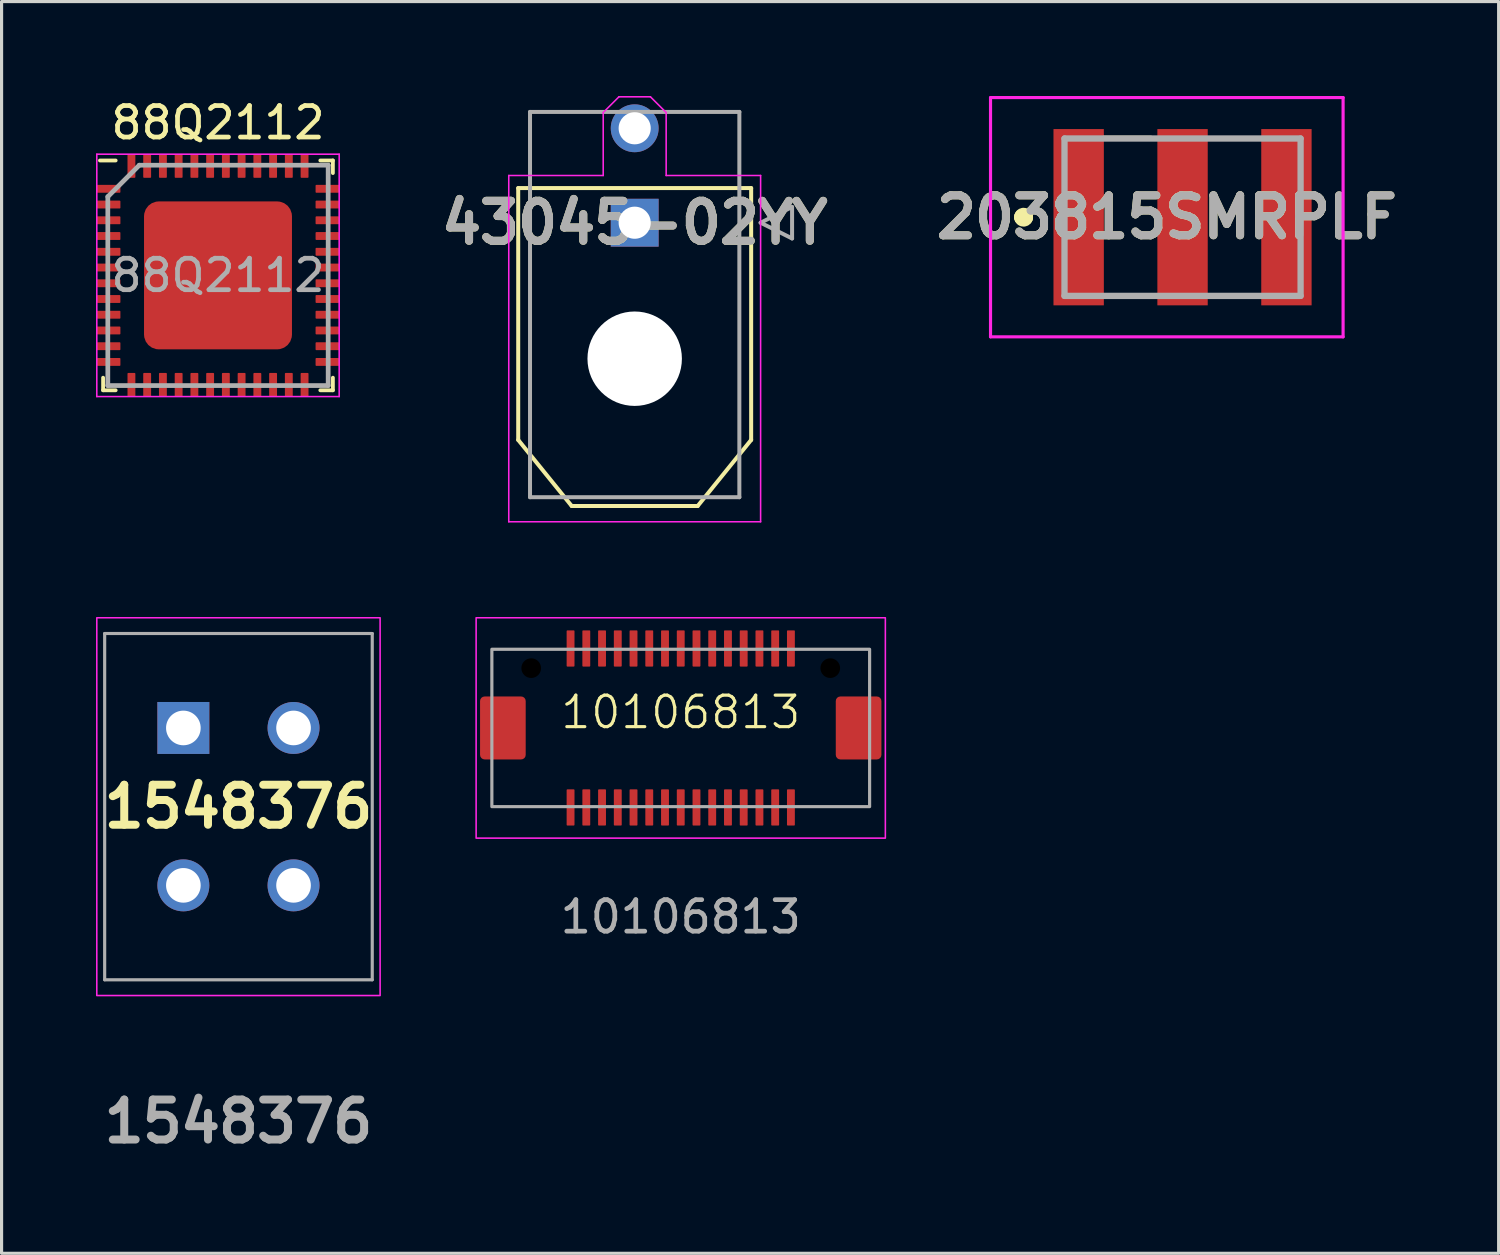
<source format=kicad_pcb>
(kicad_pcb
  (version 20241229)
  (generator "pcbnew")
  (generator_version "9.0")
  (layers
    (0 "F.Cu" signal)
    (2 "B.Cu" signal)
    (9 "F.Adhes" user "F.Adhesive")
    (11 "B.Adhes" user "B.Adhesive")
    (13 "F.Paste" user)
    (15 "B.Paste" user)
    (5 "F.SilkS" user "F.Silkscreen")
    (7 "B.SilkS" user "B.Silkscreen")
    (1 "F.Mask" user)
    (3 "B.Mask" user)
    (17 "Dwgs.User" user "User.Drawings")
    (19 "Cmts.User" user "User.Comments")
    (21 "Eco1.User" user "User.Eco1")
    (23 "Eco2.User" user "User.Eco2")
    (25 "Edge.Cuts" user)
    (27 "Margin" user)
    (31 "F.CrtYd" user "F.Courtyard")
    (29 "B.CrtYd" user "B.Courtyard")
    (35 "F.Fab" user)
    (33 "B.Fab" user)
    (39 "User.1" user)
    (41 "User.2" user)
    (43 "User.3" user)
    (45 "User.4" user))
  (footprint "88Q2112"
    (layer "F.Cu")
    (at 3.875 5.698)
    (property "Reference" "88Q2112" (at 0 -4.85 0) (layer "F.SilkS") (effects (font (size 1 1) (thickness 0.15))))
    (attr smd)
    (fp_line (start -3.65 3.65) (end -3.65 3.25) (stroke (width 0.12) (type default)) (layer "F.SilkS"))
    (fp_line (start -3.25 -3.65) (end -3.75 -3.65) (stroke (width 0.12) (type default)) (layer "F.SilkS"))
    (fp_line (start -3.25 3.65) (end -3.65 3.65) (stroke (width 0.12) (type default)) (layer "F.SilkS"))
    (fp_line (start 3.25 -3.65) (end 3.65 -3.65) (stroke (width 0.12) (type default)) (layer "F.SilkS"))
    (fp_line (start 3.25 3.65) (end 3.65 3.65) (stroke (width 0.12) (type default)) (layer "F.SilkS"))
    (fp_line (start 3.65 -3.65) (end 3.65 -3.25) (stroke (width 0.12) (type default)) (layer "F.SilkS"))
    (fp_line (start 3.65 3.65) (end 3.65 3.25) (stroke (width 0.12) (type default)) (layer "F.SilkS"))
    (fp_line (start -3.85 -3.85) (end 3.85 -3.85) (stroke (width 0.05) (type default)) (layer "F.CrtYd"))
    (fp_line (start -3.85 3.85) (end -3.85 -3.85) (stroke (width 0.05) (type default)) (layer "F.CrtYd"))
    (fp_line (start 3.85 -3.85) (end 3.85 3.85) (stroke (width 0.05) (type default)) (layer "F.CrtYd"))
    (fp_line (start 3.85 3.85) (end -3.85 3.85) (stroke (width 0.05) (type default)) (layer "F.CrtYd"))
    (fp_line (start -3.5 -2.5) (end -3.5 3.5) (stroke (width 0.15) (type default)) (layer "F.Fab"))
    (fp_line (start -3.5 3.5) (end 3.5 3.5) (stroke (width 0.15) (type default)) (layer "F.Fab"))
    (fp_line (start -2.5 -3.5) (end -3.5 -2.5) (stroke (width 0.15) (type default)) (layer "F.Fab"))
    (fp_line (start 3.5 -3.5) (end -2.5 -3.5) (stroke (width 0.15) (type default)) (layer "F.Fab"))
    (fp_line (start 3.5 3.5) (end 3.5 -3.5) (stroke (width 0.15) (type default)) (layer "F.Fab"))
    (fp_text user "${REFERENCE}" (at 0 0 0) (layer "F.Fab") (effects (font (size 1 1) (thickness 0.15))))
    (pad "" smd roundrect (at -1.762 -1.762) (size 0.8 0.8) (layers "F.Paste") (roundrect_rratio 0.1))
    (pad "" smd roundrect (at -1.762 -0.588) (size 0.8 0.8) (layers "F.Paste") (roundrect_rratio 0.1))
    (pad "" smd roundrect (at -1.762 0.588) (size 0.8 0.8) (layers "F.Paste") (roundrect_rratio 0.1))
    (pad "" smd roundrect (at -1.762 1.762) (size 0.8 0.8) (layers "F.Paste") (roundrect_rratio 0.1))
    (pad "" smd roundrect (at -0.588 -1.762) (size 0.8 0.8) (layers "F.Paste") (roundrect_rratio 0.1))
    (pad "" smd roundrect (at -0.588 -0.588) (size 0.8 0.8) (layers "F.Paste") (roundrect_rratio 0.1))
    (pad "" smd roundrect (at -0.588 0.588) (size 0.8 0.8) (layers "F.Paste") (roundrect_rratio 0.1))
    (pad "" smd roundrect (at -0.588 1.762) (size 0.8 0.8) (layers "F.Paste") (roundrect_rratio 0.1))
    (pad "" smd roundrect (at 0.588 -1.762) (size 0.8 0.8) (layers "F.Paste") (roundrect_rratio 0.1))
    (pad "" smd roundrect (at 0.588 -0.588) (size 0.8 0.8) (layers "F.Paste") (roundrect_rratio 0.1))
    (pad "" smd roundrect (at 0.588 0.588) (size 0.8 0.8) (layers "F.Paste") (roundrect_rratio 0.1))
    (pad "" smd roundrect (at 0.588 1.762) (size 0.8 0.8) (layers "F.Paste") (roundrect_rratio 0.1))
    (pad "" smd roundrect (at 1.762 -1.762) (size 0.8 0.8) (layers "F.Paste") (roundrect_rratio 0.1))
    (pad "" smd roundrect (at 1.762 -0.588) (size 0.8 0.8) (layers "F.Paste") (roundrect_rratio 0.1))
    (pad "" smd roundrect (at 1.762 0.588) (size 0.8 0.8) (layers "F.Paste") (roundrect_rratio 0.1))
    (pad "" smd roundrect (at 1.762 1.762) (size 0.8 0.8) (layers "F.Paste") (roundrect_rratio 0.1))
    (pad "1" smd roundrect (at -3.475 -2.75 90) (size 0.25 0.75) (layers "F.Cu" "F.Mask" "F.Paste") (roundrect_rratio 0.1))
    (pad "2" smd roundrect (at -3.475 -2.25 90) (size 0.25 0.75) (layers "F.Cu" "F.Mask" "F.Paste") (roundrect_rratio 0.1))
    (pad "3" smd roundrect (at -3.475 -1.75 90) (size 0.25 0.75) (layers "F.Cu" "F.Mask" "F.Paste") (roundrect_rratio 0.1))
    (pad "4" smd roundrect (at -3.475 -1.25 90) (size 0.25 0.75) (layers "F.Cu" "F.Mask" "F.Paste") (roundrect_rratio 0.1))
    (pad "5" smd roundrect (at -3.475 -0.75 90) (size 0.25 0.75) (layers "F.Cu" "F.Mask" "F.Paste") (roundrect_rratio 0.1))
    (pad "6" smd roundrect (at -3.475 -0.25 90) (size 0.25 0.75) (layers "F.Cu" "F.Mask" "F.Paste") (roundrect_rratio 0.1))
    (pad "7" smd roundrect (at -3.475 0.25 90) (size 0.25 0.75) (layers "F.Cu" "F.Mask" "F.Paste") (roundrect_rratio 0.1))
    (pad "8" smd roundrect (at -3.475 0.75 90) (size 0.25 0.75) (layers "F.Cu" "F.Mask" "F.Paste") (roundrect_rratio 0.1))
    (pad "9" smd roundrect (at -3.475 1.25 90) (size 0.25 0.75) (layers "F.Cu" "F.Mask" "F.Paste") (roundrect_rratio 0.1))
    (pad "10" smd roundrect (at -3.475 1.75 90) (size 0.25 0.75) (layers "F.Cu" "F.Mask" "F.Paste") (roundrect_rratio 0.1))
    (pad "11" smd roundrect (at -3.475 2.25 90) (size 0.25 0.75) (layers "F.Cu" "F.Mask" "F.Paste") (roundrect_rratio 0.1))
    (pad "12" smd roundrect (at -3.475 2.75 90) (size 0.25 0.75) (layers "F.Cu" "F.Mask" "F.Paste") (roundrect_rratio 0.1))
    (pad "13" smd roundrect (at -2.75 3.475) (size 0.25 0.75) (layers "F.Cu" "F.Mask" "F.Paste") (roundrect_rratio 0.1))
    (pad "14" smd roundrect (at -2.25 3.475) (size 0.25 0.75) (layers "F.Cu" "F.Mask" "F.Paste") (roundrect_rratio 0.1))
    (pad "15" smd roundrect (at -1.75 3.475) (size 0.25 0.75) (layers "F.Cu" "F.Mask" "F.Paste") (roundrect_rratio 0.1))
    (pad "16" smd roundrect (at -1.25 3.475) (size 0.25 0.75) (layers "F.Cu" "F.Mask" "F.Paste") (roundrect_rratio 0.1))
    (pad "17" smd roundrect (at -0.75 3.475) (size 0.25 0.75) (layers "F.Cu" "F.Mask" "F.Paste") (roundrect_rratio 0.1))
    (pad "18" smd roundrect (at -0.25 3.475) (size 0.25 0.75) (layers "F.Cu" "F.Mask" "F.Paste") (roundrect_rratio 0.1))
    (pad "19" smd roundrect (at 0.25 3.475) (size 0.25 0.75) (layers "F.Cu" "F.Mask" "F.Paste") (roundrect_rratio 0.1))
    (pad "20" smd roundrect (at 0.75 3.475) (size 0.25 0.75) (layers "F.Cu" "F.Mask" "F.Paste") (roundrect_rratio 0.1))
    (pad "21" smd roundrect (at 1.25 3.475) (size 0.25 0.75) (layers "F.Cu" "F.Mask" "F.Paste") (roundrect_rratio 0.1))
    (pad "22" smd roundrect (at 1.75 3.475) (size 0.25 0.75) (layers "F.Cu" "F.Mask" "F.Paste") (roundrect_rratio 0.1))
    (pad "23" smd roundrect (at 2.25 3.475) (size 0.25 0.75) (layers "F.Cu" "F.Mask" "F.Paste") (roundrect_rratio 0.1))
    (pad "24" smd roundrect (at 2.75 3.475) (size 0.25 0.75) (layers "F.Cu" "F.Mask" "F.Paste") (roundrect_rratio 0.1))
    (pad "25" smd roundrect (at 3.475 2.75 90) (size 0.25 0.75) (layers "F.Cu" "F.Mask" "F.Paste") (roundrect_rratio 0.1))
    (pad "26" smd roundrect (at 3.475 2.25 90) (size 0.25 0.75) (layers "F.Cu" "F.Mask" "F.Paste") (roundrect_rratio 0.1))
    (pad "27" smd roundrect (at 3.475 1.75 90) (size 0.25 0.75) (layers "F.Cu" "F.Mask" "F.Paste") (roundrect_rratio 0.1))
    (pad "28" smd roundrect (at 3.475 1.25 90) (size 0.25 0.75) (layers "F.Cu" "F.Mask" "F.Paste") (roundrect_rratio 0.1))
    (pad "29" smd roundrect (at 3.475 0.75 90) (size 0.25 0.75) (layers "F.Cu" "F.Mask" "F.Paste") (roundrect_rratio 0.1))
    (pad "30" smd roundrect (at 3.475 0.25 90) (size 0.25 0.75) (layers "F.Cu" "F.Mask" "F.Paste") (roundrect_rratio 0.1))
    (pad "31" smd roundrect (at 3.475 -0.25 90) (size 0.25 0.75) (layers "F.Cu" "F.Mask" "F.Paste") (roundrect_rratio 0.1))
    (pad "32" smd roundrect (at 3.475 -0.75 90) (size 0.25 0.75) (layers "F.Cu" "F.Mask" "F.Paste") (roundrect_rratio 0.1))
    (pad "33" smd roundrect (at 3.475 -1.25 90) (size 0.25 0.75) (layers "F.Cu" "F.Mask" "F.Paste") (roundrect_rratio 0.1))
    (pad "34" smd roundrect (at 3.475 -1.75 90) (size 0.25 0.75) (layers "F.Cu" "F.Mask" "F.Paste") (roundrect_rratio 0.1))
    (pad "35" smd roundrect (at 3.475 -2.25 90) (size 0.25 0.75) (layers "F.Cu" "F.Mask" "F.Paste") (roundrect_rratio 0.1))
    (pad "36" smd roundrect (at 3.475 -2.75 90) (size 0.25 0.75) (layers "F.Cu" "F.Mask" "F.Paste") (roundrect_rratio 0.1))
    (pad "37" smd roundrect (at 2.75 -3.475) (size 0.25 0.75) (layers "F.Cu" "F.Mask" "F.Paste") (roundrect_rratio 0.1))
    (pad "38" smd roundrect (at 2.25 -3.475) (size 0.25 0.75) (layers "F.Cu" "F.Mask" "F.Paste") (roundrect_rratio 0.1))
    (pad "39" smd roundrect (at 1.75 -3.475) (size 0.25 0.75) (layers "F.Cu" "F.Mask" "F.Paste") (roundrect_rratio 0.1))
    (pad "40" smd roundrect (at 1.25 -3.475) (size 0.25 0.75) (layers "F.Cu" "F.Mask" "F.Paste") (roundrect_rratio 0.1))
    (pad "41" smd roundrect (at 0.75 -3.475) (size 0.25 0.75) (layers "F.Cu" "F.Mask" "F.Paste") (roundrect_rratio 0.1))
    (pad "42" smd roundrect (at 0.25 -3.475) (size 0.25 0.75) (layers "F.Cu" "F.Mask" "F.Paste") (roundrect_rratio 0.1))
    (pad "43" smd roundrect (at -0.25 -3.475) (size 0.25 0.75) (layers "F.Cu" "F.Mask" "F.Paste") (roundrect_rratio 0.1))
    (pad "44" smd roundrect (at -0.75 -3.475) (size 0.25 0.75) (layers "F.Cu" "F.Mask" "F.Paste") (roundrect_rratio 0.1))
    (pad "45" smd roundrect (at -1.25 -3.475) (size 0.25 0.75) (layers "F.Cu" "F.Mask" "F.Paste") (roundrect_rratio 0.1))
    (pad "46" smd roundrect (at -1.75 -3.475) (size 0.25 0.75) (layers "F.Cu" "F.Mask" "F.Paste") (roundrect_rratio 0.1))
    (pad "47" smd roundrect (at -2.25 -3.475) (size 0.25 0.75) (layers "F.Cu" "F.Mask" "F.Paste") (roundrect_rratio 0.1))
    (pad "48" smd roundrect (at -2.75 -3.475) (size 0.25 0.75) (layers "F.Cu" "F.Mask" "F.Paste") (roundrect_rratio 0.1))
    (pad "49" smd roundrect (at 0 0) (size 4.7 4.7) (layers "F.Cu" "F.Mask") (roundrect_rratio 0.1)))
  (footprint "43045-02YY"
    (layer "F.Cu")
    (at 17.112 4.025)
    (property "Reference" "43045-02YY" (at 0 0 0) (layer "F.SilkS") (effects (font (size 1.27 1.27) (thickness 0.254))))
    (attr through_hole)
    (fp_line (start -3.7 6.9) (end -3.7 -1.1) (stroke (width 0.127) (type solid)) (layer "F.SilkS"))
    (fp_line (start -2 9) (end -3.7 6.9) (stroke (width 0.127) (type solid)) (layer "F.SilkS"))
    (fp_line (start 2 9) (end -2 9) (stroke (width 0.127) (type solid)) (layer "F.SilkS"))
    (fp_line (start 2 9) (end 3.7 6.9) (stroke (width 0.127) (type solid)) (layer "F.SilkS"))
    (fp_line (start 3.7 -1.1) (end -3.7 -1.1) (stroke (width 0.127) (type solid)) (layer "F.SilkS"))
    (fp_line (start 3.7 -1.1) (end 3.7 6.9) (stroke (width 0.127) (type solid)) (layer "F.SilkS"))
    (fp_line (start -4 -1.5) (end -1 -1.5) (stroke (width 0.05) (type default)) (layer "F.CrtYd"))
    (fp_line (start -4 9.5) (end -4 -1.5) (stroke (width 0.05) (type default)) (layer "F.CrtYd"))
    (fp_line (start -1 -3.5) (end -0.5 -4) (stroke (width 0.05) (type default)) (layer "F.CrtYd"))
    (fp_line (start -1 -1.5) (end -1 -3.5) (stroke (width 0.05) (type default)) (layer "F.CrtYd"))
    (fp_line (start -0.5 -4) (end 0.5 -4) (stroke (width 0.05) (type default)) (layer "F.CrtYd"))
    (fp_line (start 0.5 -4) (end 1 -3.5) (stroke (width 0.05) (type default)) (layer "F.CrtYd"))
    (fp_line (start 1 -3.5) (end 1 -1.5) (stroke (width 0.05) (type default)) (layer "F.CrtYd"))
    (fp_line (start 1 -1.5) (end 4 -1.5) (stroke (width 0.05) (type default)) (layer "F.CrtYd"))
    (fp_line (start 4 -1.5) (end 4 9.5) (stroke (width 0.05) (type default)) (layer "F.CrtYd"))
    (fp_line (start 4 9.5) (end -4 9.5) (stroke (width 0.05) (type default)) (layer "F.CrtYd"))
    (fp_line (start -3.325 -3.52) (end 3.325 -3.52) (stroke (width 0.127) (type solid)) (layer "F.Fab"))
    (fp_line (start -3.325 8.72) (end -3.325 -3.52) (stroke (width 0.127) (type solid)) (layer "F.Fab"))
    (fp_line (start 3.325 -3.52) (end 3.325 8.72) (stroke (width 0.127) (type solid)) (layer "F.Fab"))
    (fp_line (start 3.325 8.72) (end -3.325 8.72) (stroke (width 0.127) (type solid)) (layer "F.Fab"))
    (fp_line (start 4 0) (end 5 -0.5) (stroke (width 0.127) (type solid)) (layer "F.Fab"))
    (fp_line (start 5 -0.5) (end 5 0.5) (stroke (width 0.127) (type solid)) (layer "F.Fab"))
    (fp_line (start 5 0.5) (end 4 0) (stroke (width 0.127) (type solid)) (layer "F.Fab"))
    (fp_text user "${REFERENCE}" (at 0 0 0) (layer "F.Fab") (effects (font (size 1.27 1.27) (thickness 0.254))))
    (pad "" np_thru_hole circle (at 0 4.32) (size 3 3) (drill 3) (layers "*.Cu" "*.Mask"))
    (pad "1" thru_hole rect (at 0 0) (size 1.52 1.52) (drill 1.02) (layers "*.Cu" "*.Mask"))
    (pad "2" thru_hole circle (at 0 -3) (size 1.52 1.52) (drill 1.02) (layers "*.Cu" "*.Mask")))
  (footprint "1548376"
    (layer "F.Cu")
    (at 4.525 22.575)
    (property "Reference" "1548376" (at 0 0 0) (layer "F.SilkS") (effects (font (size 1.27 1.27) (thickness 0.254))))
    (attr through_hole)
    (fp_rect (start -4.5 -6) (end 4.5 6) (stroke (width 0.05) (type default)) (fill no) (layer "F.CrtYd"))
    (fp_line (start -4.25 -5.5) (end 4.25 -5.5) (stroke (width 0.1) (type solid)) (layer "F.Fab"))
    (fp_line (start -4.25 5.5) (end -4.25 -5.5) (stroke (width 0.1) (type solid)) (layer "F.Fab"))
    (fp_line (start 4.25 -5.5) (end 4.25 5.5) (stroke (width 0.1) (type solid)) (layer "F.Fab"))
    (fp_line (start 4.25 5.5) (end -4.25 5.5) (stroke (width 0.1) (type solid)) (layer "F.Fab"))
    (fp_text user "${REFERENCE}" (at 0 10 0) (layer "F.Fab") (effects (font (size 1.27 1.27) (thickness 0.254))))
    (pad "1" thru_hole rect (at -1.75 -2.5) (size 1.65 1.65) (drill 1.1) (layers "*.Cu" "*.Mask"))
    (pad "2" thru_hole circle (at -1.75 2.5) (size 1.65 1.65) (drill 1.1) (layers "*.Cu" "*.Mask"))
    (pad "3" thru_hole circle (at 1.75 -2.5) (size 1.65 1.65) (drill 1.1) (layers "*.Cu" "*.Mask"))
    (pad "4" thru_hole circle (at 1.75 2.5) (size 1.65 1.65) (drill 1.1) (layers "*.Cu" "*.Mask")))
  (footprint "203815SMRPLF"
    (layer "F.Cu")
    (at 34.516 3.85)
    (property "Reference" "203815SMRPLF" (at -0.5 0 0) (layer "F.SilkS") (effects (font (size 1.27 1.27) (thickness 0.254))))
    (attr smd)
    (fp_line (start -5.1 0) (end -5.1 0) (stroke (width 0.5) (type solid)) (layer "F.SilkS"))
    (fp_line (start -5 0) (end -5 0) (stroke (width 0.5) (type solid)) (layer "F.SilkS"))
    (fp_line (start -2.5 -2.54) (end -1 -2.54) (stroke (width 0.1) (type solid)) (layer "F.SilkS"))
    (fp_line (start -2 2.5) (end -1 2.54) (stroke (width 0.1) (type solid)) (layer "F.SilkS"))
    (fp_line (start 1 -2.5) (end 2.5 -2.5) (stroke (width 0.1) (type solid)) (layer "F.SilkS"))
    (fp_line (start 1 2.5) (end 2 2.5) (stroke (width 0.1) (type solid)) (layer "F.SilkS"))
    (fp_arc (start -5.1 0) (mid -5.05 -0.05) (end -5 0) (stroke (width 0.5) (type solid)) (layer "F.SilkS"))
    (fp_arc (start -5 0) (mid -5.05 0.05) (end -5.1 0) (stroke (width 0.5) (type solid)) (layer "F.SilkS"))
    (fp_line (start -6.1 -3.8) (end 5.1 -3.8) (stroke (width 0.1) (type solid)) (layer "F.CrtYd"))
    (fp_line (start -6.1 3.8) (end -6.1 -3.8) (stroke (width 0.1) (type solid)) (layer "F.CrtYd"))
    (fp_line (start 5.1 -3.8) (end 5.1 3.8) (stroke (width 0.1) (type solid)) (layer "F.CrtYd"))
    (fp_line (start 5.1 3.8) (end -6.1 3.8) (stroke (width 0.1) (type solid)) (layer "F.CrtYd"))
    (fp_line (start -3.75 -2.5) (end 3.75 -2.5) (stroke (width 0.2) (type solid)) (layer "F.Fab"))
    (fp_line (start -3.75 2.5) (end -3.75 -2.5) (stroke (width 0.2) (type solid)) (layer "F.Fab"))
    (fp_line (start 3.75 -2.5) (end 3.75 2.5) (stroke (width 0.2) (type solid)) (layer "F.Fab"))
    (fp_line (start 3.75 2.5) (end -3.75 2.5) (stroke (width 0.2) (type solid)) (layer "F.Fab"))
    (fp_text user "${REFERENCE}" (at -0.5 0 0) (layer "F.Fab") (effects (font (size 1.27 1.27) (thickness 0.254))))
    (pad "1" smd rect (at -3.3 0) (size 1.6 5.6) (layers "F.Cu" "F.Mask" "F.Paste"))
    (pad "2" smd rect (at 0 0) (size 1.6 5.6) (layers "F.Cu" "F.Mask" "F.Paste"))
    (pad "3" smd rect (at 3.3 0) (size 1.6 5.6) (layers "F.Cu" "F.Mask" "F.Paste")))
  (footprint "10106813"
    (layer "F.Cu")
    (at 18.575 20.075)
    (property "Reference" "10106813" (at 0 -0.5 0) (unlocked yes) (layer "F.SilkS") (effects (font (size 1 1) (thickness 0.1))))
    (attr smd)
    (fp_rect (start -6.5 -3.5) (end 6.5 3.5) (stroke (width 0.05) (type default)) (fill no) (layer "F.CrtYd"))
    (fp_rect (start -6 -2.5) (end 6 2.5) (stroke (width 0.1) (type default)) (fill no) (layer "F.Fab"))
    (fp_text user "${REFERENCE}" (at 0 6 0) (unlocked yes) (layer "F.Fab") (effects (font (size 1 1) (thickness 0.15))))
    (pad "" np_thru_hole circle (at -4.75 -1.9) (size 0.625 0.625) (drill 0.625) (layers "*.Mask"))
    (pad "" np_thru_hole circle (at 4.75 -1.9) (size 0.625 0.625) (drill 0.625) (layers "*.Mask"))
    (pad "1" smd roundrect (at -3.5 2.525) (size 0.25 1.15) (layers "F.Cu" "F.Mask" "F.Paste") (roundrect_rratio 0.1))
    (pad "2" smd roundrect (at -3.5 -2.525) (size 0.25 1.15) (layers "F.Cu" "F.Mask" "F.Paste") (roundrect_rratio 0.1))
    (pad "3" smd roundrect (at -3 2.525) (size 0.25 1.15) (layers "F.Cu" "F.Mask" "F.Paste") (roundrect_rratio 0.1))
    (pad "4" smd roundrect (at -3 -2.525) (size 0.25 1.15) (layers "F.Cu" "F.Mask" "F.Paste") (roundrect_rratio 0.1))
    (pad "5" smd roundrect (at -2.5 2.525) (size 0.25 1.15) (layers "F.Cu" "F.Mask" "F.Paste") (roundrect_rratio 0.1))
    (pad "6" smd roundrect (at -2.5 -2.525) (size 0.25 1.15) (layers "F.Cu" "F.Mask" "F.Paste") (roundrect_rratio 0.1))
    (pad "7" smd roundrect (at -2 2.525) (size 0.25 1.15) (layers "F.Cu" "F.Mask" "F.Paste") (roundrect_rratio 0.1))
    (pad "8" smd roundrect (at -2 -2.525) (size 0.25 1.15) (layers "F.Cu" "F.Mask" "F.Paste") (roundrect_rratio 0.1))
    (pad "9" smd roundrect (at -1.5 2.525) (size 0.25 1.15) (layers "F.Cu" "F.Mask" "F.Paste") (roundrect_rratio 0.1))
    (pad "10" smd roundrect (at -1.5 -2.525) (size 0.25 1.15) (layers "F.Cu" "F.Mask" "F.Paste") (roundrect_rratio 0.1))
    (pad "11" smd roundrect (at -1 2.525) (size 0.25 1.15) (layers "F.Cu" "F.Mask" "F.Paste") (roundrect_rratio 0.1))
    (pad "12" smd roundrect (at -1 -2.525) (size 0.25 1.15) (layers "F.Cu" "F.Mask" "F.Paste") (roundrect_rratio 0.1))
    (pad "13" smd roundrect (at -0.5 2.525) (size 0.25 1.15) (layers "F.Cu" "F.Mask" "F.Paste") (roundrect_rratio 0.1))
    (pad "14" smd roundrect (at -0.5 -2.525) (size 0.25 1.15) (layers "F.Cu" "F.Mask" "F.Paste") (roundrect_rratio 0.1))
    (pad "15" smd roundrect (at 0 2.525) (size 0.25 1.15) (layers "F.Cu" "F.Mask" "F.Paste") (roundrect_rratio 0.1))
    (pad "16" smd roundrect (at 0 -2.525) (size 0.25 1.15) (layers "F.Cu" "F.Mask" "F.Paste") (roundrect_rratio 0.1))
    (pad "17" smd roundrect (at 0.5 2.525) (size 0.25 1.15) (layers "F.Cu" "F.Mask" "F.Paste") (roundrect_rratio 0.1))
    (pad "18" smd roundrect (at 0.5 -2.525) (size 0.25 1.15) (layers "F.Cu" "F.Mask" "F.Paste") (roundrect_rratio 0.1))
    (pad "19" smd roundrect (at 1 2.525) (size 0.25 1.15) (layers "F.Cu" "F.Mask" "F.Paste") (roundrect_rratio 0.1))
    (pad "20" smd roundrect (at 1 -2.525) (size 0.25 1.15) (layers "F.Cu" "F.Mask" "F.Paste") (roundrect_rratio 0.1))
    (pad "21" smd roundrect (at 1.5 2.525) (size 0.25 1.15) (layers "F.Cu" "F.Mask" "F.Paste") (roundrect_rratio 0.1))
    (pad "22" smd roundrect (at 1.5 -2.525) (size 0.25 1.15) (layers "F.Cu" "F.Mask" "F.Paste") (roundrect_rratio 0.1))
    (pad "23" smd roundrect (at 2 2.525) (size 0.25 1.15) (layers "F.Cu" "F.Mask" "F.Paste") (roundrect_rratio 0.1))
    (pad "24" smd roundrect (at 2 -2.525) (size 0.25 1.15) (layers "F.Cu" "F.Mask" "F.Paste") (roundrect_rratio 0.1))
    (pad "25" smd roundrect (at 2.5 2.525) (size 0.25 1.15) (layers "F.Cu" "F.Mask" "F.Paste") (roundrect_rratio 0.1))
    (pad "26" smd roundrect (at 2.5 -2.525) (size 0.25 1.15) (layers "F.Cu" "F.Mask" "F.Paste") (roundrect_rratio 0.1))
    (pad "27" smd roundrect (at 3 2.525) (size 0.25 1.15) (layers "F.Cu" "F.Mask" "F.Paste") (roundrect_rratio 0.1))
    (pad "28" smd roundrect (at 3 -2.525) (size 0.25 1.15) (layers "F.Cu" "F.Mask" "F.Paste") (roundrect_rratio 0.1))
    (pad "29" smd roundrect (at 3.5 2.525) (size 0.25 1.15) (layers "F.Cu" "F.Mask" "F.Paste") (roundrect_rratio 0.1))
    (pad "30" smd roundrect (at 3.5 -2.525) (size 0.25 1.15) (layers "F.Cu" "F.Mask" "F.Paste") (roundrect_rratio 0.1))
    (pad "MP1" smd roundrect (at -5.65 0) (size 1.45 2) (layers "F.Cu" "F.Mask" "F.Paste") (roundrect_rratio 0.1))
    (pad "MP2" smd roundrect (at 5.65 0) (size 1.45 2) (layers "F.Cu" "F.Mask" "F.Paste") (roundrect_rratio 0.1)))
  (gr_rect
    (start -3 -3)
    (end 44.557 36.764)
    (stroke (width 0.1) (type default))
    (fill no)
    (layer "Edge.Cuts")))
</source>
